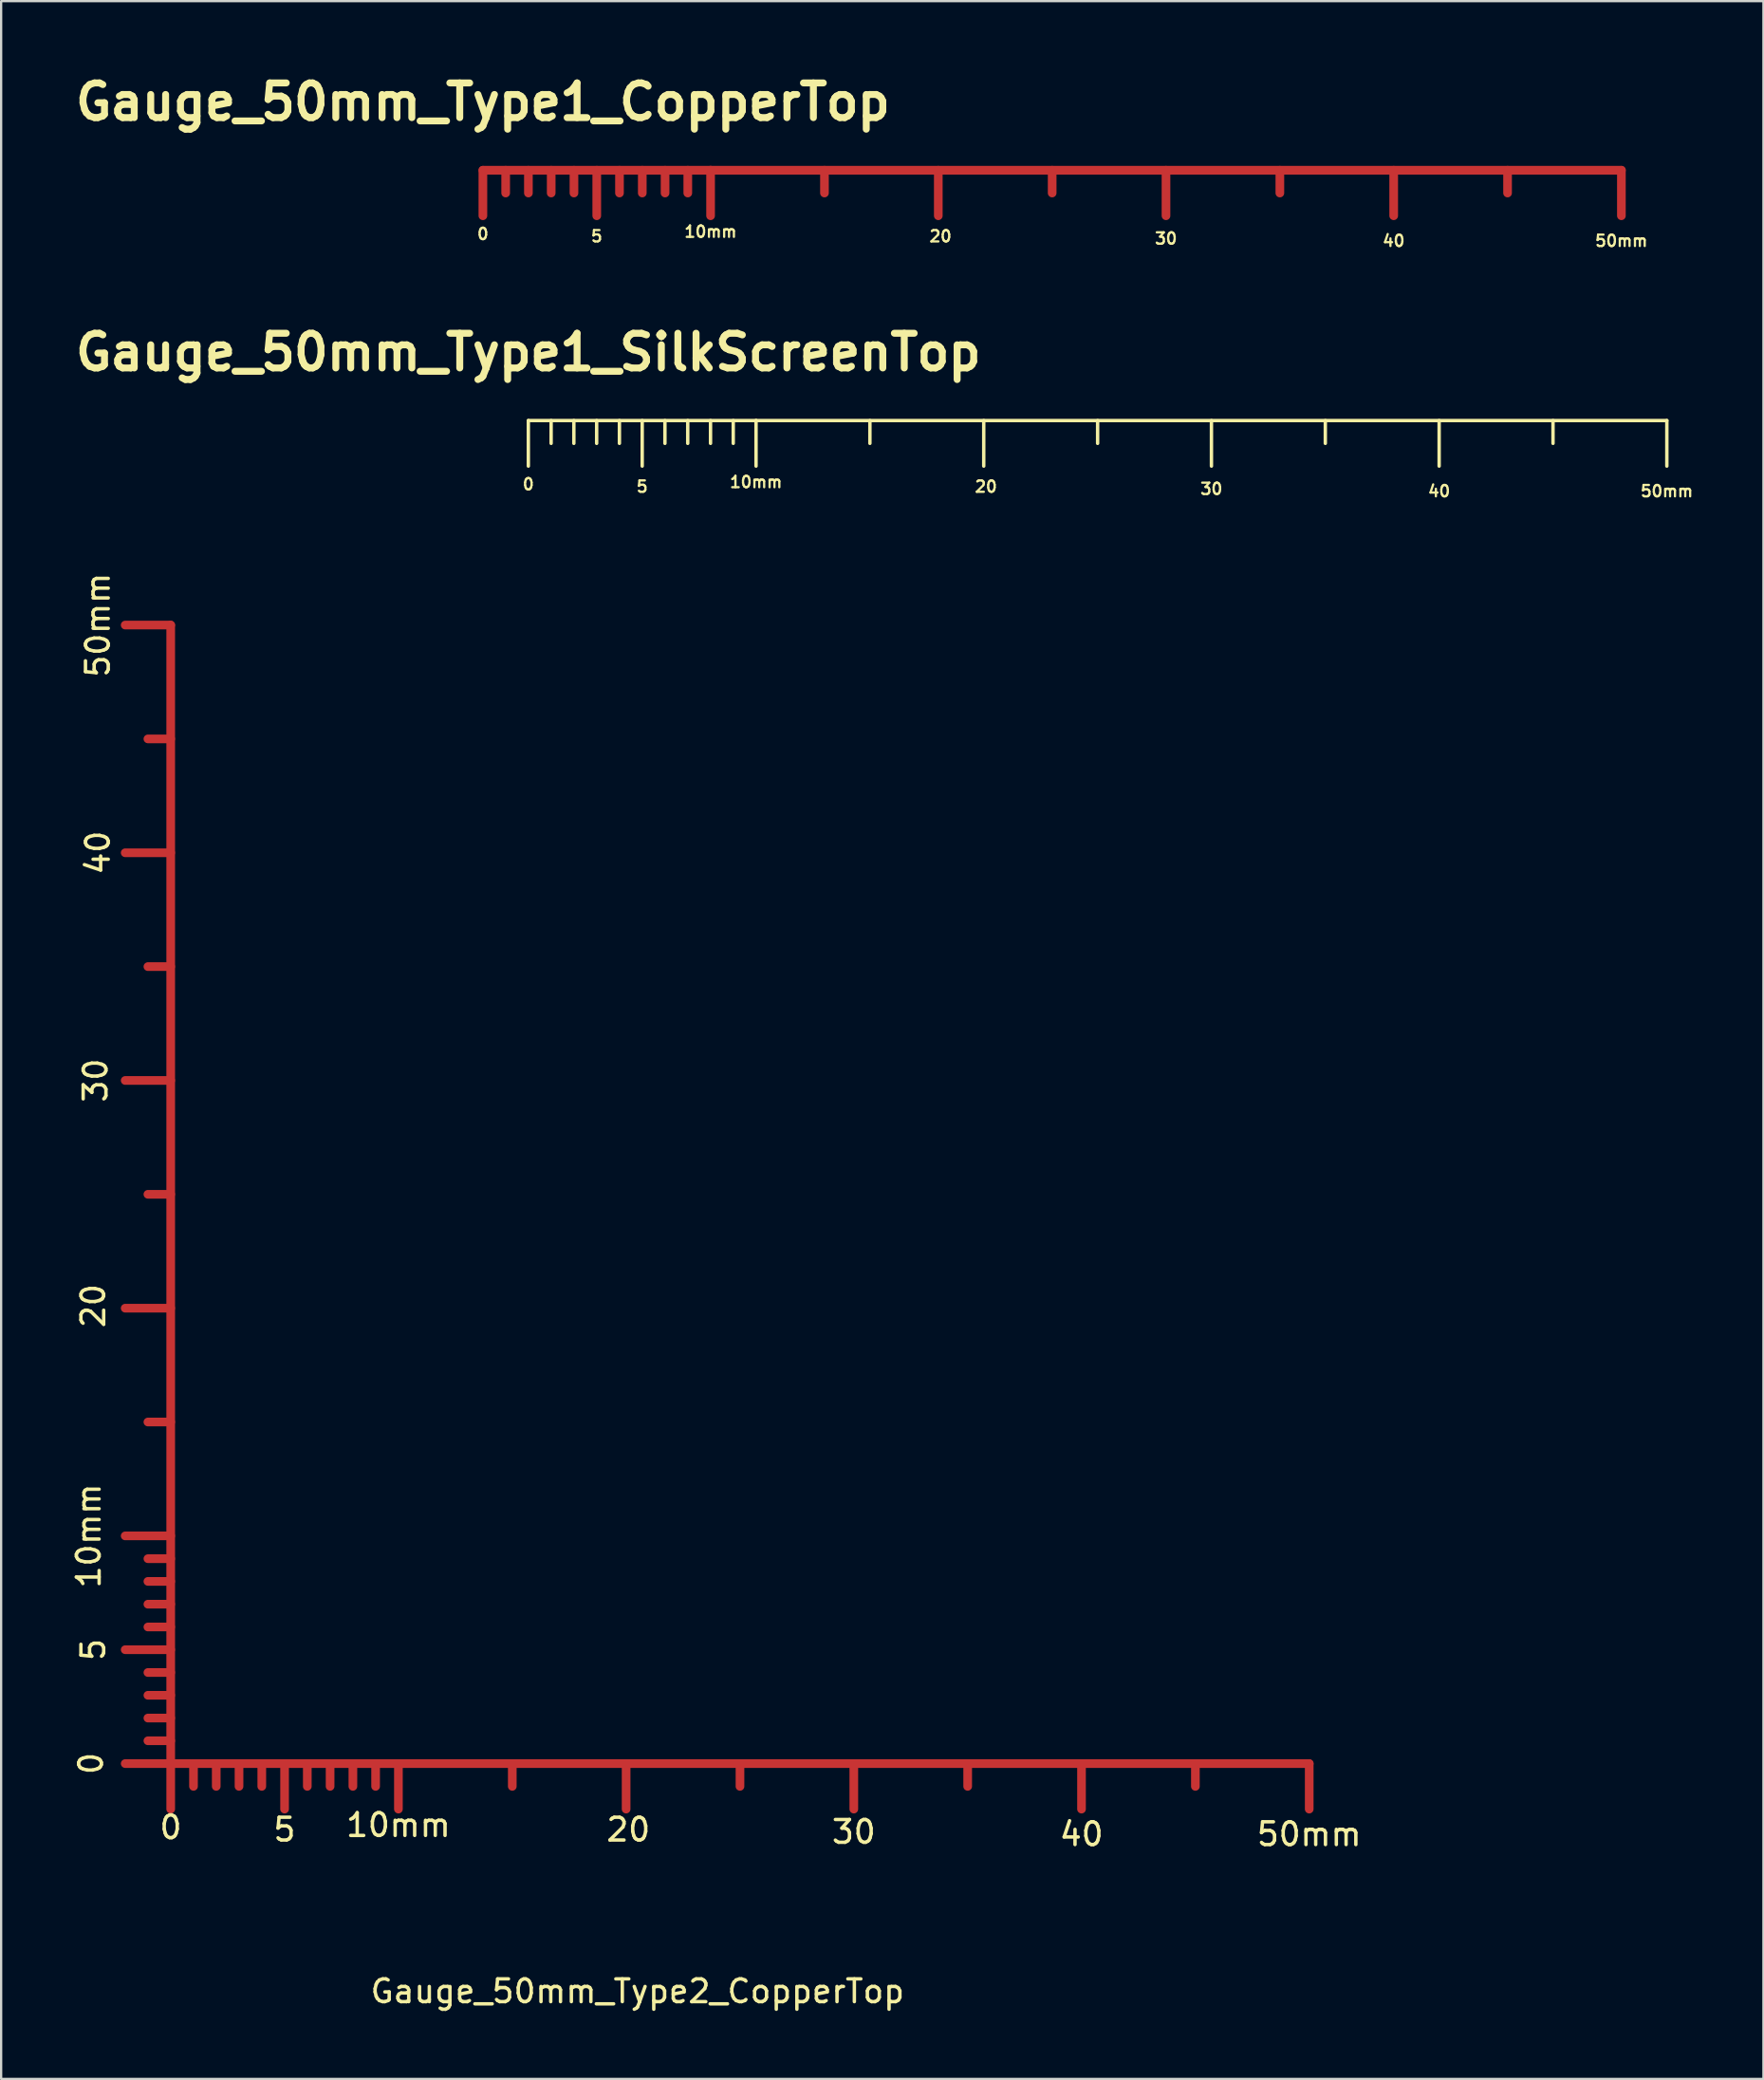
<source format=kicad_pcb>
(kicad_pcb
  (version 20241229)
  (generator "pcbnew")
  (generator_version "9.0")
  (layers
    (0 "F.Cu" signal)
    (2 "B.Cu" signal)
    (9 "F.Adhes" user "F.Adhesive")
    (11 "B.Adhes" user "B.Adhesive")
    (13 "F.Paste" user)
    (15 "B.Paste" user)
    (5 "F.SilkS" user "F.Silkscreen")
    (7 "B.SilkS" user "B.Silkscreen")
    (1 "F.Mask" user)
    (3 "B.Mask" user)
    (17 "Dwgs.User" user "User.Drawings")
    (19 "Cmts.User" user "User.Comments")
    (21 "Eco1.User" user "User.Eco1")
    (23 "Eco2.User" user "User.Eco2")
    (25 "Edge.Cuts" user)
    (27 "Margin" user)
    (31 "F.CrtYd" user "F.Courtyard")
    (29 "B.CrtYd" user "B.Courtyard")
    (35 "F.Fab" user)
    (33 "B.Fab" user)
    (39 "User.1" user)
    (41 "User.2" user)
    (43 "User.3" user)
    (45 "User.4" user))
  (footprint "Gauge_50mm_Type1_SilkScreenTop"
    (layer "F.Cu")
    (at 20.153 15.42)
    (property "Reference" "Gauge_50mm_Type1_SilkScreenTop" (at 0 -3 0) (layer "F.SilkS") (effects (font (size 1.524 1.524) (thickness 0.305))))
    (attr through_hole)
    (fp_line (start 0 0) (end 0 1.999) (stroke (width 0.15) (type solid)) (layer "F.SilkS"))
    (fp_line (start 0 0) (end 10 0) (stroke (width 0.15) (type solid)) (layer "F.SilkS"))
    (fp_line (start 1.001 0) (end 1.001 1.001) (stroke (width 0.15) (type solid)) (layer "F.SilkS"))
    (fp_line (start 1.999 0) (end 1.999 1.001) (stroke (width 0.15) (type solid)) (layer "F.SilkS"))
    (fp_line (start 3 0) (end 3 1.001) (stroke (width 0.15) (type solid)) (layer "F.SilkS"))
    (fp_line (start 4 0) (end 4 1.001) (stroke (width 0.15) (type solid)) (layer "F.SilkS"))
    (fp_line (start 5.001 0) (end 5.001 1.999) (stroke (width 0.15) (type solid)) (layer "F.SilkS"))
    (fp_line (start 5.999 0) (end 5.999 1.001) (stroke (width 0.15) (type solid)) (layer "F.SilkS"))
    (fp_line (start 7 0) (end 7 1.001) (stroke (width 0.15) (type solid)) (layer "F.SilkS"))
    (fp_line (start 8.001 0) (end 8.001 1.001) (stroke (width 0.15) (type solid)) (layer "F.SilkS"))
    (fp_line (start 8.999 0) (end 8.999 1.001) (stroke (width 0.15) (type solid)) (layer "F.SilkS"))
    (fp_line (start 10 0) (end 10 1.999) (stroke (width 0.15) (type solid)) (layer "F.SilkS"))
    (fp_line (start 10 0) (end 50 0) (stroke (width 0.15) (type solid)) (layer "F.SilkS"))
    (fp_line (start 15.001 0) (end 15.001 1.001) (stroke (width 0.15) (type solid)) (layer "F.SilkS"))
    (fp_line (start 20 0) (end 20 1.999) (stroke (width 0.15) (type solid)) (layer "F.SilkS"))
    (fp_line (start 25.001 0) (end 25.001 1.001) (stroke (width 0.15) (type solid)) (layer "F.SilkS"))
    (fp_line (start 30 0) (end 30 1.999) (stroke (width 0.15) (type solid)) (layer "F.SilkS"))
    (fp_line (start 35.001 0) (end 35.001 1.001) (stroke (width 0.15) (type solid)) (layer "F.SilkS"))
    (fp_line (start 40 0) (end 40 1.999) (stroke (width 0.15) (type solid)) (layer "F.SilkS"))
    (fp_line (start 45.001 0) (end 45.001 1.001) (stroke (width 0.15) (type solid)) (layer "F.SilkS"))
    (fp_line (start 50 0) (end 50 1.999) (stroke (width 0.15) (type solid)) (layer "F.SilkS"))
    (fp_text user "30" (at 30 3 0) (layer "F.SilkS") (effects (font (size 0.5 0.5) (thickness 0.099))))
    (fp_text user "10mm" (at 10 2.7 0) (layer "F.SilkS") (effects (font (size 0.5 0.5) (thickness 0.099))))
    (fp_text user "40" (at 40 3.101 0) (layer "F.SilkS") (effects (font (size 0.5 0.5) (thickness 0.099))))
    (fp_text user "5" (at 4.999 2.901 0) (layer "F.SilkS") (effects (font (size 0.5 0.5) (thickness 0.099))))
    (fp_text user "50mm" (at 50 3.101 0) (layer "F.SilkS") (effects (font (size 0.5 0.5) (thickness 0.099))))
    (fp_text user "0" (at 0 2.799 0) (layer "F.SilkS") (effects (font (size 0.5 0.5) (thickness 0.099))))
    (fp_text user "20" (at 20.099 2.901 0) (layer "F.SilkS") (effects (font (size 0.5 0.5) (thickness 0.099)))))
  (footprint "Gauge_50mm_Type2_CopperTop"
    (layer "F.Cu")
    (at 4.447 74.401)
    (property "Reference" "Gauge_50mm_Type2_CopperTop" (at 20.5 10 0) (layer "F.SilkS") (effects (font (size 1 1) (thickness 0.15))))
    (attr through_hole)
    (fp_line (start 0 -50) (end -1.999 -50) (stroke (width 0.381) (type solid)) (layer "F.Cu"))
    (fp_line (start 0 -45.001) (end -1.001 -45.001) (stroke (width 0.381) (type solid)) (layer "F.Cu"))
    (fp_line (start 0 -40) (end -1.999 -40) (stroke (width 0.381) (type solid)) (layer "F.Cu"))
    (fp_line (start 0 -35.001) (end -1.001 -35.001) (stroke (width 0.381) (type solid)) (layer "F.Cu"))
    (fp_line (start 0 -30) (end -1.999 -30) (stroke (width 0.381) (type solid)) (layer "F.Cu"))
    (fp_line (start 0 -25.001) (end -1.001 -25.001) (stroke (width 0.381) (type solid)) (layer "F.Cu"))
    (fp_line (start 0 -20) (end -1.999 -20) (stroke (width 0.381) (type solid)) (layer "F.Cu"))
    (fp_line (start 0 -15.001) (end -1.001 -15.001) (stroke (width 0.381) (type solid)) (layer "F.Cu"))
    (fp_line (start 0 -10) (end -1.999 -10) (stroke (width 0.381) (type solid)) (layer "F.Cu"))
    (fp_line (start 0 -8.999) (end -1.001 -8.999) (stroke (width 0.381) (type solid)) (layer "F.Cu"))
    (fp_line (start 0 -8.001) (end -1.001 -8.001) (stroke (width 0.381) (type solid)) (layer "F.Cu"))
    (fp_line (start 0 -7) (end -1.001 -7) (stroke (width 0.381) (type solid)) (layer "F.Cu"))
    (fp_line (start 0 -5.999) (end -1.001 -5.999) (stroke (width 0.381) (type solid)) (layer "F.Cu"))
    (fp_line (start 0 -5.001) (end -1.999 -5.001) (stroke (width 0.381) (type solid)) (layer "F.Cu"))
    (fp_line (start 0 -4) (end -1.001 -4) (stroke (width 0.381) (type solid)) (layer "F.Cu"))
    (fp_line (start 0 -3) (end -1.001 -3) (stroke (width 0.381) (type solid)) (layer "F.Cu"))
    (fp_line (start 0 -1.999) (end -1.001 -1.999) (stroke (width 0.381) (type solid)) (layer "F.Cu"))
    (fp_line (start 0 -1.001) (end -1.001 -1.001) (stroke (width 0.381) (type solid)) (layer "F.Cu"))
    (fp_line (start 0 0) (end -1.999 0) (stroke (width 0.381) (type solid)) (layer "F.Cu"))
    (fp_line (start 0 0) (end 0 -50) (stroke (width 0.381) (type solid)) (layer "F.Cu"))
    (fp_line (start 0 0) (end 0 1.999) (stroke (width 0.381) (type solid)) (layer "F.Cu"))
    (fp_line (start 0 0) (end 10 0) (stroke (width 0.381) (type solid)) (layer "F.Cu"))
    (fp_line (start 1.001 0) (end 1.001 1.001) (stroke (width 0.381) (type solid)) (layer "F.Cu"))
    (fp_line (start 1.999 0) (end 1.999 1.001) (stroke (width 0.381) (type solid)) (layer "F.Cu"))
    (fp_line (start 3 0) (end 3 1.001) (stroke (width 0.381) (type solid)) (layer "F.Cu"))
    (fp_line (start 4 0) (end 4 1.001) (stroke (width 0.381) (type solid)) (layer "F.Cu"))
    (fp_line (start 5.001 0) (end 5.001 1.999) (stroke (width 0.381) (type solid)) (layer "F.Cu"))
    (fp_line (start 5.999 0) (end 5.999 1.001) (stroke (width 0.381) (type solid)) (layer "F.Cu"))
    (fp_line (start 7 0) (end 7 1.001) (stroke (width 0.381) (type solid)) (layer "F.Cu"))
    (fp_line (start 8.001 0) (end 8.001 1.001) (stroke (width 0.381) (type solid)) (layer "F.Cu"))
    (fp_line (start 8.999 0) (end 8.999 1.001) (stroke (width 0.381) (type solid)) (layer "F.Cu"))
    (fp_line (start 10 0) (end 10 1.999) (stroke (width 0.381) (type solid)) (layer "F.Cu"))
    (fp_line (start 10 0) (end 50 0) (stroke (width 0.381) (type solid)) (layer "F.Cu"))
    (fp_line (start 15.001 0) (end 15.001 1.001) (stroke (width 0.381) (type solid)) (layer "F.Cu"))
    (fp_line (start 20 0) (end 20 1.999) (stroke (width 0.381) (type solid)) (layer "F.Cu"))
    (fp_line (start 25.001 0) (end 25.001 1.001) (stroke (width 0.381) (type solid)) (layer "F.Cu"))
    (fp_line (start 30 0) (end 30 1.999) (stroke (width 0.381) (type solid)) (layer "F.Cu"))
    (fp_line (start 35.001 0) (end 35.001 1.001) (stroke (width 0.381) (type solid)) (layer "F.Cu"))
    (fp_line (start 40 0) (end 40 1.999) (stroke (width 0.381) (type solid)) (layer "F.Cu"))
    (fp_line (start 45.001 0) (end 45.001 1.001) (stroke (width 0.381) (type solid)) (layer "F.Cu"))
    (fp_line (start 50 0) (end 50 1.999) (stroke (width 0.381) (type solid)) (layer "F.Cu"))
    (fp_text user "5" (at 4.999 2.901 0) (layer "F.SilkS") (effects (font (size 1 1) (thickness 0.15))))
    (fp_text user "50mm" (at 50 3.101 0) (layer "F.SilkS") (effects (font (size 1 1) (thickness 0.15))))
    (fp_text user "0" (at -3.5 -0.003 90) (layer "F.SilkS") (effects (font (size 1 1) (thickness 0.15))))
    (fp_text user "30" (at 30 3 0) (layer "F.SilkS") (effects (font (size 1 1) (thickness 0.15))))
    (fp_text user "10mm" (at 10 2.7 0) (layer "F.SilkS") (effects (font (size 1 1) (thickness 0.15))))
    (fp_text user "30" (at -3.299 -30.002 90) (layer "F.SilkS") (effects (font (size 1 1) (thickness 0.15))))
    (fp_text user "10mm" (at -3.599 -10.003 90) (layer "F.SilkS") (effects (font (size 1 1) (thickness 0.15))))
    (fp_text user "50mm" (at -3.198 -50.002 90) (layer "F.SilkS") (effects (font (size 1 1) (thickness 0.15))))
    (fp_text user "40" (at 40 3.101 0) (layer "F.SilkS") (effects (font (size 1 1) (thickness 0.15))))
    (fp_text user "0" (at 0 2.799 0) (layer "F.SilkS") (effects (font (size 1 1) (thickness 0.15))))
    (fp_text user "5" (at -3.399 -5.001 90) (layer "F.SilkS") (effects (font (size 1 1) (thickness 0.15))))
    (fp_text user "20" (at 20.099 2.901 0) (layer "F.SilkS") (effects (font (size 1 1) (thickness 0.15))))
    (fp_text user "40" (at -3.198 -40.002 90) (layer "F.SilkS") (effects (font (size 1 1) (thickness 0.15))))
    (fp_text user "20" (at -3.399 -20.102 90) (layer "F.SilkS") (effects (font (size 1 1) (thickness 0.15)))))
  (footprint "Gauge_50mm_Type1_CopperTop"
    (layer "F.Cu")
    (at 18.157 4.426)
    (property "Reference" "Gauge_50mm_Type1_CopperTop" (at 0 -3 0) (layer "F.SilkS") (effects (font (size 1.524 1.524) (thickness 0.305))))
    (attr through_hole)
    (fp_line (start 0 0) (end 0 1.999) (stroke (width 0.381) (type solid)) (layer "F.Cu"))
    (fp_line (start 0 0) (end 10 0) (stroke (width 0.381) (type solid)) (layer "F.Cu"))
    (fp_line (start 1.001 0) (end 1.001 1.001) (stroke (width 0.381) (type solid)) (layer "F.Cu"))
    (fp_line (start 1.999 0) (end 1.999 1.001) (stroke (width 0.381) (type solid)) (layer "F.Cu"))
    (fp_line (start 3 0) (end 3 1.001) (stroke (width 0.381) (type solid)) (layer "F.Cu"))
    (fp_line (start 4 0) (end 4 1.001) (stroke (width 0.381) (type solid)) (layer "F.Cu"))
    (fp_line (start 5.001 0) (end 5.001 1.999) (stroke (width 0.381) (type solid)) (layer "F.Cu"))
    (fp_line (start 5.999 0) (end 5.999 1.001) (stroke (width 0.381) (type solid)) (layer "F.Cu"))
    (fp_line (start 7 0) (end 7 1.001) (stroke (width 0.381) (type solid)) (layer "F.Cu"))
    (fp_line (start 8.001 0) (end 8.001 1.001) (stroke (width 0.381) (type solid)) (layer "F.Cu"))
    (fp_line (start 8.999 0) (end 8.999 1.001) (stroke (width 0.381) (type solid)) (layer "F.Cu"))
    (fp_line (start 10 0) (end 10 1.999) (stroke (width 0.381) (type solid)) (layer "F.Cu"))
    (fp_line (start 10 0) (end 50 0) (stroke (width 0.381) (type solid)) (layer "F.Cu"))
    (fp_line (start 15.001 0) (end 15.001 1.001) (stroke (width 0.381) (type solid)) (layer "F.Cu"))
    (fp_line (start 20 0) (end 20 1.999) (stroke (width 0.381) (type solid)) (layer "F.Cu"))
    (fp_line (start 25.001 0) (end 25.001 1.001) (stroke (width 0.381) (type solid)) (layer "F.Cu"))
    (fp_line (start 30 0) (end 30 1.999) (stroke (width 0.381) (type solid)) (layer "F.Cu"))
    (fp_line (start 35.001 0) (end 35.001 1.001) (stroke (width 0.381) (type solid)) (layer "F.Cu"))
    (fp_line (start 40 0) (end 40 1.999) (stroke (width 0.381) (type solid)) (layer "F.Cu"))
    (fp_line (start 45.001 0) (end 45.001 1.001) (stroke (width 0.381) (type solid)) (layer "F.Cu"))
    (fp_line (start 50 0) (end 50 1.999) (stroke (width 0.381) (type solid)) (layer "F.Cu"))
    (fp_text user "50mm" (at 50 3.101 0) (layer "F.SilkS") (effects (font (size 0.5 0.5) (thickness 0.099))))
    (fp_text user "10mm" (at 10 2.7 0) (layer "F.SilkS") (effects (font (size 0.5 0.5) (thickness 0.099))))
    (fp_text user "30" (at 30 3 0) (layer "F.SilkS") (effects (font (size 0.5 0.5) (thickness 0.099))))
    (fp_text user "5" (at 4.999 2.901 0) (layer "F.SilkS") (effects (font (size 0.5 0.5) (thickness 0.099))))
    (fp_text user "20" (at 20.099 2.901 0) (layer "F.SilkS") (effects (font (size 0.5 0.5) (thickness 0.099))))
    (fp_text user "40" (at 40 3.101 0) (layer "F.SilkS") (effects (font (size 0.5 0.5) (thickness 0.099))))
    (fp_text user "0" (at 0 2.799 0) (layer "F.SilkS") (effects (font (size 0.5 0.5) (thickness 0.099)))))
  (gr_rect
    (start -3 -3)
    (end 74.395 88.25)
    (stroke (width 0.1) (type default))
    (fill no)
    (layer "Edge.Cuts")))
</source>
